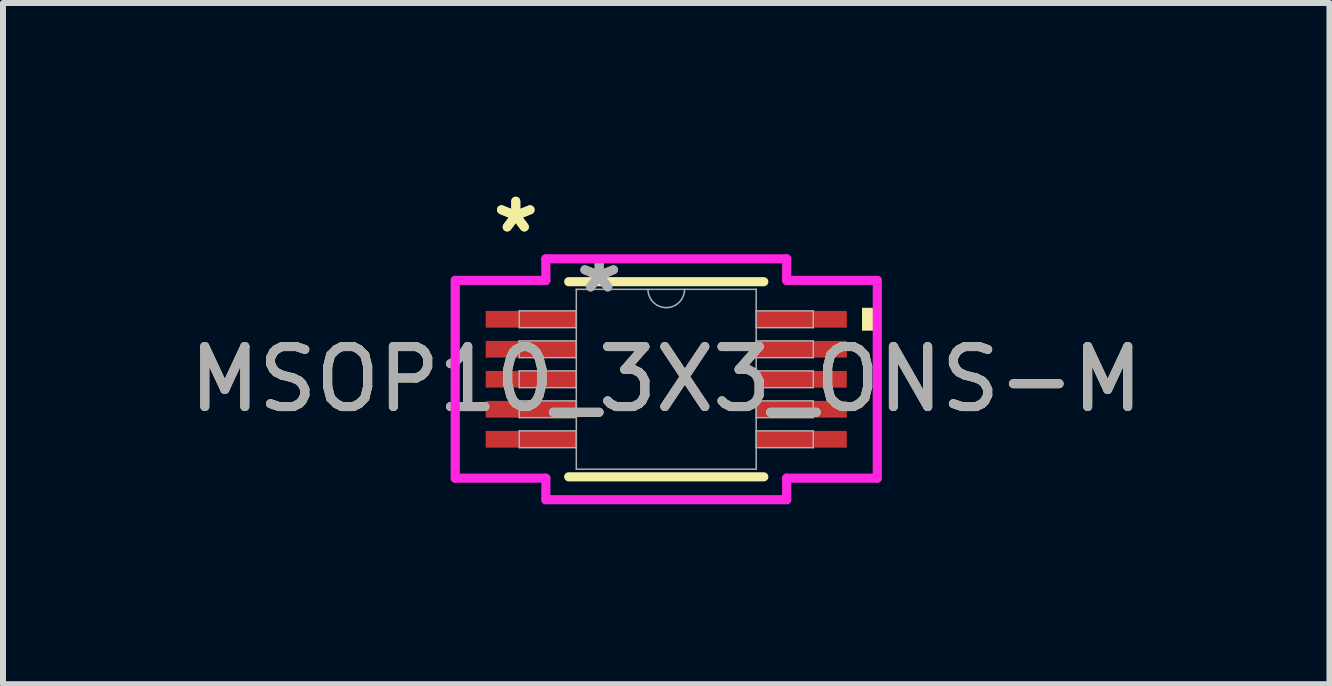
<source format=kicad_pcb>
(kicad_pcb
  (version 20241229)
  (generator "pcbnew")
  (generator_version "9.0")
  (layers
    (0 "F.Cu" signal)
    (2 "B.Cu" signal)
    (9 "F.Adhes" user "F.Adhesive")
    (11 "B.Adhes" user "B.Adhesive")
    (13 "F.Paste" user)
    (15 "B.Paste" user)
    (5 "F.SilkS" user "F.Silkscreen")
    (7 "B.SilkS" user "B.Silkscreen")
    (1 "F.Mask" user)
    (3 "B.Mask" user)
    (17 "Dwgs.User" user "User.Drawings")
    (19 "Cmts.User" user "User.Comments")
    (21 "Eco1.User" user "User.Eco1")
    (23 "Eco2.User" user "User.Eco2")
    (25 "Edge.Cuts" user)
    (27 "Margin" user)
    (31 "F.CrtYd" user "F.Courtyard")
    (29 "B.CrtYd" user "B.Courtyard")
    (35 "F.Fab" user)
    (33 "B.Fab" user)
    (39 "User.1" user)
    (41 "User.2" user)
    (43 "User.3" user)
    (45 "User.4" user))
  (footprint "MSOP10_3X3_ONS-M"
    (layer "F.Cu")
    (at 8.054 3.271)
    (property "Reference" "MSOP10_3X3_ONS-M" (at 0 0 0) (unlocked yes) (layer "F.SilkS") (effects (font (size 1 1) (thickness 0.15))))
    (attr smd)
    (fp_line (start -1.626 1.626) (end 1.626 1.626) (stroke (width 0.152) (type solid)) (layer "F.SilkS"))
    (fp_line (start 1.626 -1.626) (end -1.626 -1.626) (stroke (width 0.152) (type solid)) (layer "F.SilkS"))
    (fp_poly (pts (xy 3.517 -1.191) (xy 3.517 -0.81) (xy 3.263 -0.81) (xy 3.263 -1.191)) (stroke (width 0) (type solid)) (fill yes) (layer "F.SilkS"))
    (fp_line (start -3.517 -1.648) (end -2.007 -1.648) (stroke (width 0.152) (type solid)) (layer "F.CrtYd"))
    (fp_line (start -3.517 1.648) (end -3.517 -1.648) (stroke (width 0.152) (type solid)) (layer "F.CrtYd"))
    (fp_line (start -3.517 1.648) (end -2.007 1.648) (stroke (width 0.152) (type solid)) (layer "F.CrtYd"))
    (fp_line (start -2.007 -2.007) (end 2.007 -2.007) (stroke (width 0.152) (type solid)) (layer "F.CrtYd"))
    (fp_line (start -2.007 -1.648) (end -2.007 -2.007) (stroke (width 0.152) (type solid)) (layer "F.CrtYd"))
    (fp_line (start -2.007 2.007) (end -2.007 1.648) (stroke (width 0.152) (type solid)) (layer "F.CrtYd"))
    (fp_line (start 2.007 -2.007) (end 2.007 -1.648) (stroke (width 0.152) (type solid)) (layer "F.CrtYd"))
    (fp_line (start 2.007 1.648) (end 2.007 2.007) (stroke (width 0.152) (type solid)) (layer "F.CrtYd"))
    (fp_line (start 2.007 2.007) (end -2.007 2.007) (stroke (width 0.152) (type solid)) (layer "F.CrtYd"))
    (fp_line (start 3.517 -1.648) (end 2.007 -1.648) (stroke (width 0.152) (type solid)) (layer "F.CrtYd"))
    (fp_line (start 3.517 -1.648) (end 3.517 1.648) (stroke (width 0.152) (type solid)) (layer "F.CrtYd"))
    (fp_line (start 3.517 1.648) (end 2.007 1.648) (stroke (width 0.152) (type solid)) (layer "F.CrtYd"))
    (fp_line (start -2.45 -1.14) (end -2.45 -0.86) (stroke (width 0.025) (type solid)) (layer "F.Fab"))
    (fp_line (start -2.45 -0.86) (end -1.499 -0.86) (stroke (width 0.025) (type solid)) (layer "F.Fab"))
    (fp_line (start -2.45 -0.64) (end -2.45 -0.36) (stroke (width 0.025) (type solid)) (layer "F.Fab"))
    (fp_line (start -2.45 -0.36) (end -1.499 -0.36) (stroke (width 0.025) (type solid)) (layer "F.Fab"))
    (fp_line (start -2.45 -0.14) (end -2.45 0.14) (stroke (width 0.025) (type solid)) (layer "F.Fab"))
    (fp_line (start -2.45 0.14) (end -1.499 0.14) (stroke (width 0.025) (type solid)) (layer "F.Fab"))
    (fp_line (start -2.45 0.36) (end -2.45 0.64) (stroke (width 0.025) (type solid)) (layer "F.Fab"))
    (fp_line (start -2.45 0.64) (end -1.499 0.64) (stroke (width 0.025) (type solid)) (layer "F.Fab"))
    (fp_line (start -2.45 0.86) (end -2.45 1.14) (stroke (width 0.025) (type solid)) (layer "F.Fab"))
    (fp_line (start -2.45 1.14) (end -1.499 1.14) (stroke (width 0.025) (type solid)) (layer "F.Fab"))
    (fp_line (start -1.499 -1.499) (end -1.499 1.499) (stroke (width 0.025) (type solid)) (layer "F.Fab"))
    (fp_line (start -1.499 -1.14) (end -2.45 -1.14) (stroke (width 0.025) (type solid)) (layer "F.Fab"))
    (fp_line (start -1.499 -0.86) (end -1.499 -1.14) (stroke (width 0.025) (type solid)) (layer "F.Fab"))
    (fp_line (start -1.499 -0.64) (end -2.45 -0.64) (stroke (width 0.025) (type solid)) (layer "F.Fab"))
    (fp_line (start -1.499 -0.36) (end -1.499 -0.64) (stroke (width 0.025) (type solid)) (layer "F.Fab"))
    (fp_line (start -1.499 -0.14) (end -2.45 -0.14) (stroke (width 0.025) (type solid)) (layer "F.Fab"))
    (fp_line (start -1.499 0.14) (end -1.499 -0.14) (stroke (width 0.025) (type solid)) (layer "F.Fab"))
    (fp_line (start -1.499 0.36) (end -2.45 0.36) (stroke (width 0.025) (type solid)) (layer "F.Fab"))
    (fp_line (start -1.499 0.64) (end -1.499 0.36) (stroke (width 0.025) (type solid)) (layer "F.Fab"))
    (fp_line (start -1.499 0.86) (end -2.45 0.86) (stroke (width 0.025) (type solid)) (layer "F.Fab"))
    (fp_line (start -1.499 1.14) (end -1.499 0.86) (stroke (width 0.025) (type solid)) (layer "F.Fab"))
    (fp_line (start -1.499 1.499) (end 1.499 1.499) (stroke (width 0.025) (type solid)) (layer "F.Fab"))
    (fp_line (start 1.499 -1.499) (end -1.499 -1.499) (stroke (width 0.025) (type solid)) (layer "F.Fab"))
    (fp_line (start 1.499 -1.14) (end 1.499 -0.86) (stroke (width 0.025) (type solid)) (layer "F.Fab"))
    (fp_line (start 1.499 -0.86) (end 2.45 -0.86) (stroke (width 0.025) (type solid)) (layer "F.Fab"))
    (fp_line (start 1.499 -0.64) (end 1.499 -0.36) (stroke (width 0.025) (type solid)) (layer "F.Fab"))
    (fp_line (start 1.499 -0.36) (end 2.45 -0.36) (stroke (width 0.025) (type solid)) (layer "F.Fab"))
    (fp_line (start 1.499 -0.14) (end 1.499 0.14) (stroke (width 0.025) (type solid)) (layer "F.Fab"))
    (fp_line (start 1.499 0.14) (end 2.45 0.14) (stroke (width 0.025) (type solid)) (layer "F.Fab"))
    (fp_line (start 1.499 0.36) (end 1.499 0.64) (stroke (width 0.025) (type solid)) (layer "F.Fab"))
    (fp_line (start 1.499 0.64) (end 2.45 0.64) (stroke (width 0.025) (type solid)) (layer "F.Fab"))
    (fp_line (start 1.499 0.86) (end 1.499 1.14) (stroke (width 0.025) (type solid)) (layer "F.Fab"))
    (fp_line (start 1.499 1.14) (end 2.45 1.14) (stroke (width 0.025) (type solid)) (layer "F.Fab"))
    (fp_line (start 1.499 1.499) (end 1.499 -1.499) (stroke (width 0.025) (type solid)) (layer "F.Fab"))
    (fp_line (start 2.45 -1.14) (end 1.499 -1.14) (stroke (width 0.025) (type solid)) (layer "F.Fab"))
    (fp_line (start 2.45 -0.86) (end 2.45 -1.14) (stroke (width 0.025) (type solid)) (layer "F.Fab"))
    (fp_line (start 2.45 -0.64) (end 1.499 -0.64) (stroke (width 0.025) (type solid)) (layer "F.Fab"))
    (fp_line (start 2.45 -0.36) (end 2.45 -0.64) (stroke (width 0.025) (type solid)) (layer "F.Fab"))
    (fp_line (start 2.45 -0.14) (end 1.499 -0.14) (stroke (width 0.025) (type solid)) (layer "F.Fab"))
    (fp_line (start 2.45 0.14) (end 2.45 -0.14) (stroke (width 0.025) (type solid)) (layer "F.Fab"))
    (fp_line (start 2.45 0.36) (end 1.499 0.36) (stroke (width 0.025) (type solid)) (layer "F.Fab"))
    (fp_line (start 2.45 0.64) (end 2.45 0.36) (stroke (width 0.025) (type solid)) (layer "F.Fab"))
    (fp_line (start 2.45 0.86) (end 1.499 0.86) (stroke (width 0.025) (type solid)) (layer "F.Fab"))
    (fp_line (start 2.45 1.14) (end 2.45 0.86) (stroke (width 0.025) (type solid)) (layer "F.Fab"))
    (fp_arc (start 0.3048 -1.4986) (mid 0 -1.1938) (end -0.3048 -1.4986) (stroke (width 0.0254) (type solid)) (layer "F.Fab"))
    (fp_text user "*" (at -2.508 -2.422 0) (layer "F.SilkS") (effects (font (size 1 1) (thickness 0.15))))
    (fp_text user "*" (at -2.508 -2.422 0) (unlocked yes) (layer "F.SilkS") (effects (font (size 1 1) (thickness 0.15))))
    (fp_text user "*" (at -1.118 -1.422 0) (unlocked yes) (layer "F.Fab") (effects (font (size 1 1) (thickness 0.15))))
    (fp_text user "*" (at -1.118 -1.422 0) (layer "F.Fab") (effects (font (size 1 1) (thickness 0.15))))
    (fp_text user "${REFERENCE}" (at 0 0 0) (unlocked yes) (layer "F.Fab") (effects (font (size 1 1) (thickness 0.15))))
    (pad "1" smd rect (at -2.254 -1) (size 1.51 0.279) (layers "F.Cu" "F.Mask" "F.Paste"))
    (pad "2" smd rect (at -2.254 -0.5) (size 1.51 0.279) (layers "F.Cu" "F.Mask" "F.Paste"))
    (pad "3" smd rect (at -2.254 0) (size 1.51 0.279) (layers "F.Cu" "F.Mask" "F.Paste"))
    (pad "4" smd rect (at -2.254 0.5) (size 1.51 0.279) (layers "F.Cu" "F.Mask" "F.Paste"))
    (pad "5" smd rect (at -2.254 1) (size 1.51 0.279) (layers "F.Cu" "F.Mask" "F.Paste"))
    (pad "6" smd rect (at 2.254 1) (size 1.51 0.279) (layers "F.Cu" "F.Mask" "F.Paste"))
    (pad "7" smd rect (at 2.254 0.5) (size 1.51 0.279) (layers "F.Cu" "F.Mask" "F.Paste"))
    (pad "8" smd rect (at 2.254 0) (size 1.51 0.279) (layers "F.Cu" "F.Mask" "F.Paste"))
    (pad "9" smd rect (at 2.254 -0.5) (size 1.51 0.279) (layers "F.Cu" "F.Mask" "F.Paste"))
    (pad "10" smd rect (at 2.254 -1) (size 1.51 0.279) (layers "F.Cu" "F.Mask" "F.Paste")))
  (gr_rect
    (start -3 -3)
    (end 19.107 8.353)
    (stroke (width 0.1) (type default))
    (fill no)
    (layer "Edge.Cuts")))
</source>
